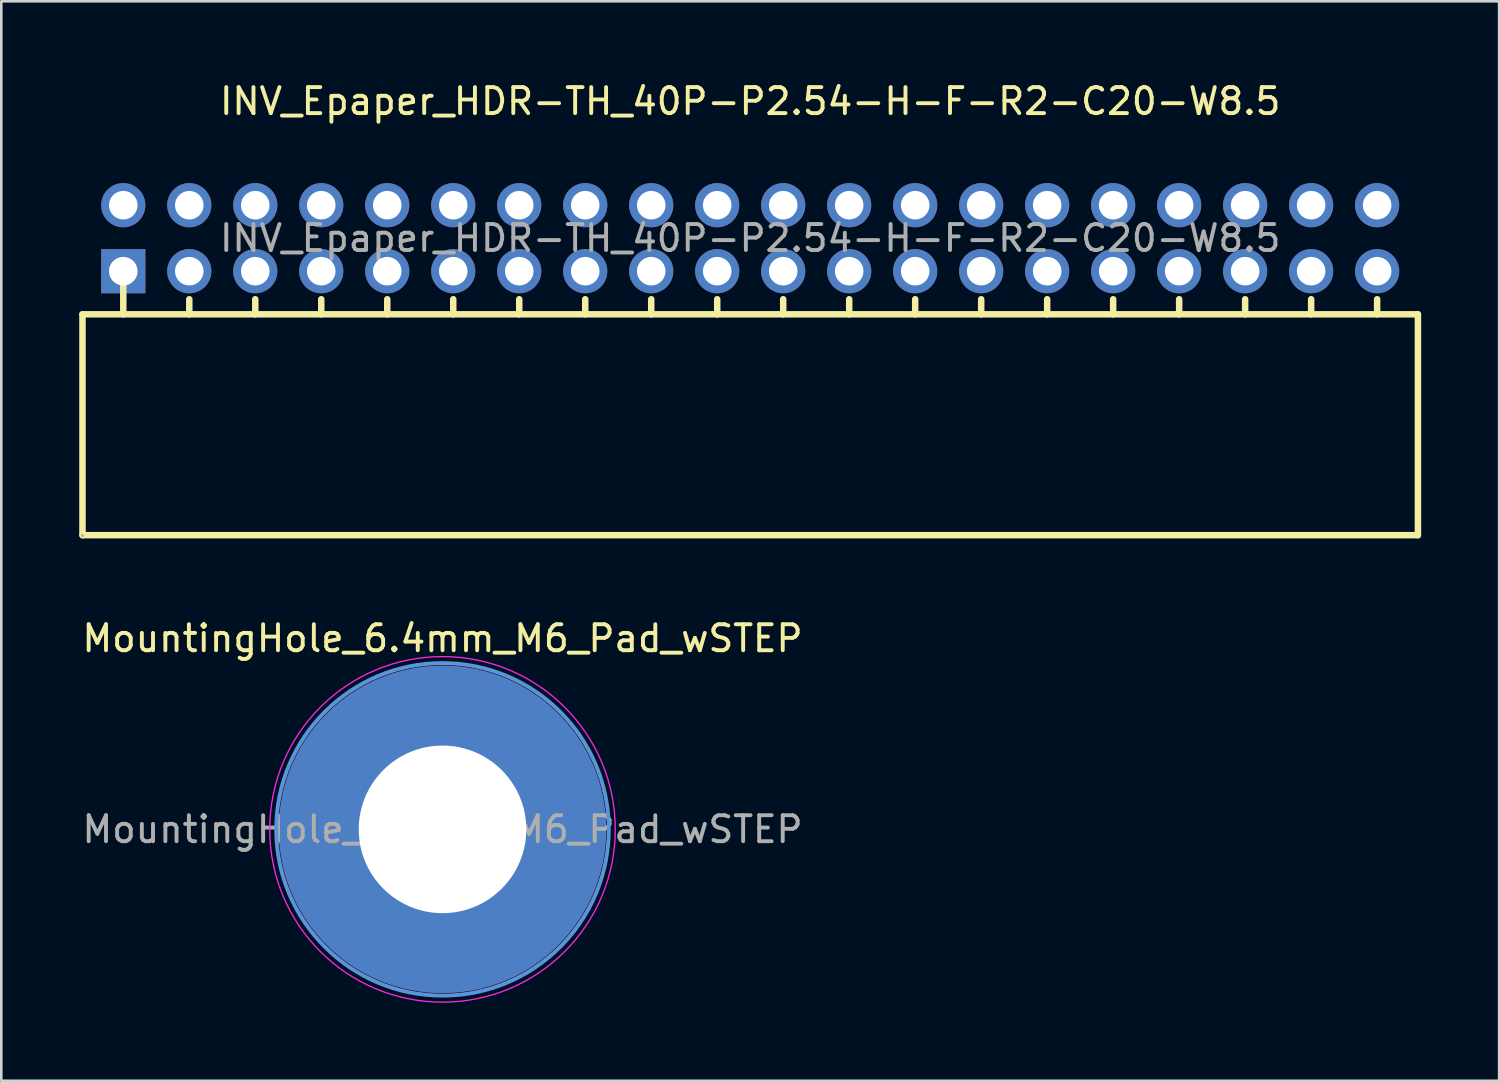
<source format=kicad_pcb>
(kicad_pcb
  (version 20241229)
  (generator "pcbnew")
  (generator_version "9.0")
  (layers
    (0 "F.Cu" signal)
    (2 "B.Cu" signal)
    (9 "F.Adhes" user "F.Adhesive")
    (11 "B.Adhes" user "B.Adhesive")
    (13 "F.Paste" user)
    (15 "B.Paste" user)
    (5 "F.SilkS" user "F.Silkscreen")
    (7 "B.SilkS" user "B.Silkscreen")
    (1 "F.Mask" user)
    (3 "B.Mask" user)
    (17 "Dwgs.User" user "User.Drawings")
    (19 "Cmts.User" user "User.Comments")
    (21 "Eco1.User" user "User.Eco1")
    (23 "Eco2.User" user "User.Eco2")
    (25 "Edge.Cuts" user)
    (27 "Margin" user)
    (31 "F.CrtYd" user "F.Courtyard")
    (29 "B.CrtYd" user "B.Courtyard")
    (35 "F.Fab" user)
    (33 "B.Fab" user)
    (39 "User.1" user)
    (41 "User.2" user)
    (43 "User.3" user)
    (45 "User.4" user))
  (footprint "INV_Epaper_HDR-TH_40P-P2.54-H-F-R2-C20-W8.5"
    (layer "F.Cu")
    (at 25.825 6.118)
    (property "Reference" "INV_Epaper_HDR-TH_40P-P2.54-H-F-R2-C20-W8.5" (at 0 -5.27 0) (layer "F.SilkS") (effects (font (size 1 1) (thickness 0.15))))
    (attr through_hole)
    (fp_line (start -25.7 2.93) (end 25.7 2.93) (stroke (width 0.25) (type solid)) (layer "F.SilkS"))
    (fp_line (start -25.7 11.43) (end -25.7 2.93) (stroke (width 0.25) (type solid)) (layer "F.SilkS"))
    (fp_line (start -25.7 11.43) (end 25.7 11.43) (stroke (width 0.25) (type solid)) (layer "F.SilkS"))
    (fp_line (start -24.13 1.4) (end -24.13 2.93) (stroke (width 0.25) (type solid)) (layer "F.SilkS"))
    (fp_line (start -21.59 2.35) (end -21.59 2.93) (stroke (width 0.25) (type solid)) (layer "F.SilkS"))
    (fp_line (start -19.05 2.35) (end -19.05 2.93) (stroke (width 0.25) (type solid)) (layer "F.SilkS"))
    (fp_line (start -16.51 2.35) (end -16.51 2.93) (stroke (width 0.25) (type solid)) (layer "F.SilkS"))
    (fp_line (start -13.97 2.35) (end -13.97 2.93) (stroke (width 0.25) (type solid)) (layer "F.SilkS"))
    (fp_line (start -11.43 2.35) (end -11.43 2.93) (stroke (width 0.25) (type solid)) (layer "F.SilkS"))
    (fp_line (start -8.89 2.35) (end -8.89 2.93) (stroke (width 0.25) (type solid)) (layer "F.SilkS"))
    (fp_line (start -6.35 2.35) (end -6.35 2.93) (stroke (width 0.25) (type solid)) (layer "F.SilkS"))
    (fp_line (start -3.81 2.35) (end -3.81 2.93) (stroke (width 0.25) (type solid)) (layer "F.SilkS"))
    (fp_line (start -1.27 2.35) (end -1.27 2.93) (stroke (width 0.25) (type solid)) (layer "F.SilkS"))
    (fp_line (start 1.27 2.35) (end 1.27 2.93) (stroke (width 0.25) (type solid)) (layer "F.SilkS"))
    (fp_line (start 3.81 2.35) (end 3.81 2.93) (stroke (width 0.25) (type solid)) (layer "F.SilkS"))
    (fp_line (start 6.35 2.35) (end 6.35 2.93) (stroke (width 0.25) (type solid)) (layer "F.SilkS"))
    (fp_line (start 8.89 2.35) (end 8.89 2.93) (stroke (width 0.25) (type solid)) (layer "F.SilkS"))
    (fp_line (start 11.43 2.35) (end 11.43 2.93) (stroke (width 0.25) (type solid)) (layer "F.SilkS"))
    (fp_line (start 13.97 2.35) (end 13.97 2.93) (stroke (width 0.25) (type solid)) (layer "F.SilkS"))
    (fp_line (start 16.51 2.35) (end 16.51 2.93) (stroke (width 0.25) (type solid)) (layer "F.SilkS"))
    (fp_line (start 19.05 2.35) (end 19.05 2.93) (stroke (width 0.25) (type solid)) (layer "F.SilkS"))
    (fp_line (start 21.59 2.35) (end 21.59 2.93) (stroke (width 0.25) (type solid)) (layer "F.SilkS"))
    (fp_line (start 24.13 2.35) (end 24.13 2.93) (stroke (width 0.25) (type solid)) (layer "F.SilkS"))
    (fp_line (start 25.7 11.43) (end 25.7 2.93) (stroke (width 0.25) (type solid)) (layer "F.SilkS"))
    (fp_circle (center -25.7 11.44) (end -25.67 11.44) (stroke (width 0.06) (type solid)) (fill no) (layer "F.Fab"))
    (fp_text user "${REFERENCE}" (at 0 0 0) (layer "F.Fab") (effects (font (size 1 1) (thickness 0.15))))
    (pad "1" thru_hole rect (at -24.13 1.27) (size 1.7 1.7) (drill 1.1) (layers "*.Cu" "*.Mask"))
    (pad "2" thru_hole circle (at -24.13 -1.27) (size 1.7 1.7) (drill 1.1) (layers "*.Cu" "*.Mask"))
    (pad "3" thru_hole circle (at -21.59 1.27) (size 1.7 1.7) (drill 1.1) (layers "*.Cu" "*.Mask"))
    (pad "4" thru_hole circle (at -21.59 -1.27) (size 1.7 1.7) (drill 1.1) (layers "*.Cu" "*.Mask"))
    (pad "5" thru_hole circle (at -19.05 1.27) (size 1.7 1.7) (drill 1.1) (layers "*.Cu" "*.Mask"))
    (pad "6" thru_hole circle (at -19.05 -1.27) (size 1.7 1.7) (drill 1.1) (layers "*.Cu" "*.Mask"))
    (pad "7" thru_hole circle (at -16.51 1.27) (size 1.7 1.7) (drill 1.1) (layers "*.Cu" "*.Mask"))
    (pad "8" thru_hole circle (at -16.51 -1.27) (size 1.7 1.7) (drill 1.1) (layers "*.Cu" "*.Mask"))
    (pad "9" thru_hole circle (at -13.97 1.27) (size 1.7 1.7) (drill 1.1) (layers "*.Cu" "*.Mask"))
    (pad "10" thru_hole circle (at -13.97 -1.27) (size 1.7 1.7) (drill 1.1) (layers "*.Cu" "*.Mask"))
    (pad "11" thru_hole circle (at -11.43 1.27) (size 1.7 1.7) (drill 1.1) (layers "*.Cu" "*.Mask"))
    (pad "12" thru_hole circle (at -11.43 -1.27) (size 1.7 1.7) (drill 1.1) (layers "*.Cu" "*.Mask"))
    (pad "13" thru_hole circle (at -8.89 1.27) (size 1.7 1.7) (drill 1.1) (layers "*.Cu" "*.Mask"))
    (pad "14" thru_hole circle (at -8.89 -1.27) (size 1.7 1.7) (drill 1.1) (layers "*.Cu" "*.Mask"))
    (pad "15" thru_hole circle (at -6.35 1.27) (size 1.7 1.7) (drill 1.1) (layers "*.Cu" "*.Mask"))
    (pad "16" thru_hole circle (at -6.35 -1.27) (size 1.7 1.7) (drill 1.1) (layers "*.Cu" "*.Mask"))
    (pad "17" thru_hole circle (at -3.81 1.27) (size 1.7 1.7) (drill 1.1) (layers "*.Cu" "*.Mask"))
    (pad "18" thru_hole circle (at -3.81 -1.27) (size 1.7 1.7) (drill 1.1) (layers "*.Cu" "*.Mask"))
    (pad "19" thru_hole circle (at -1.27 1.27) (size 1.7 1.7) (drill 1.1) (layers "*.Cu" "*.Mask"))
    (pad "20" thru_hole circle (at -1.27 -1.27) (size 1.7 1.7) (drill 1.1) (layers "*.Cu" "*.Mask"))
    (pad "21" thru_hole circle (at 1.27 1.27) (size 1.7 1.7) (drill 1.1) (layers "*.Cu" "*.Mask"))
    (pad "22" thru_hole circle (at 1.27 -1.27) (size 1.7 1.7) (drill 1.1) (layers "*.Cu" "*.Mask"))
    (pad "23" thru_hole circle (at 3.81 1.27) (size 1.7 1.7) (drill 1.1) (layers "*.Cu" "*.Mask"))
    (pad "24" thru_hole circle (at 3.81 -1.27) (size 1.7 1.7) (drill 1.1) (layers "*.Cu" "*.Mask"))
    (pad "25" thru_hole circle (at 6.35 1.27) (size 1.7 1.7) (drill 1.1) (layers "*.Cu" "*.Mask"))
    (pad "26" thru_hole circle (at 6.35 -1.27) (size 1.7 1.7) (drill 1.1) (layers "*.Cu" "*.Mask"))
    (pad "27" thru_hole circle (at 8.89 1.27) (size 1.7 1.7) (drill 1.1) (layers "*.Cu" "*.Mask"))
    (pad "28" thru_hole circle (at 8.89 -1.27) (size 1.7 1.7) (drill 1.1) (layers "*.Cu" "*.Mask"))
    (pad "29" thru_hole circle (at 11.43 1.27) (size 1.7 1.7) (drill 1.1) (layers "*.Cu" "*.Mask"))
    (pad "30" thru_hole circle (at 11.43 -1.27) (size 1.7 1.7) (drill 1.1) (layers "*.Cu" "*.Mask"))
    (pad "31" thru_hole circle (at 13.97 1.27) (size 1.7 1.7) (drill 1.1) (layers "*.Cu" "*.Mask"))
    (pad "32" thru_hole circle (at 13.97 -1.27) (size 1.7 1.7) (drill 1.1) (layers "*.Cu" "*.Mask"))
    (pad "33" thru_hole circle (at 16.51 1.27) (size 1.7 1.7) (drill 1.1) (layers "*.Cu" "*.Mask"))
    (pad "34" thru_hole circle (at 16.51 -1.27) (size 1.7 1.7) (drill 1.1) (layers "*.Cu" "*.Mask"))
    (pad "35" thru_hole circle (at 19.05 1.27) (size 1.7 1.7) (drill 1.1) (layers "*.Cu" "*.Mask"))
    (pad "36" thru_hole circle (at 19.05 -1.27) (size 1.7 1.7) (drill 1.1) (layers "*.Cu" "*.Mask"))
    (pad "37" thru_hole circle (at 21.59 1.27) (size 1.7 1.7) (drill 1.1) (layers "*.Cu" "*.Mask"))
    (pad "38" thru_hole circle (at 21.59 -1.27) (size 1.7 1.7) (drill 1.1) (layers "*.Cu" "*.Mask"))
    (pad "39" thru_hole circle (at 24.13 1.27) (size 1.7 1.7) (drill 1.1) (layers "*.Cu" "*.Mask"))
    (pad "40" thru_hole circle (at 24.13 -1.27) (size 1.7 1.7) (drill 1.1) (layers "*.Cu" "*.Mask")))
  (footprint "MountingHole_6.4mm_M6_Pad_wSTEP"
    (layer "F.Cu")
    (at 13.982 28.872)
    (property "Reference" "MountingHole_6.4mm_M6_Pad_wSTEP" (at 0 -7.35 0) (layer "F.SilkS") (effects (font (size 1 1) (thickness 0.15))))
    (attr exclude_from_pos_files exclude_from_bom)
    (fp_circle (center 0 0) (end 6.4 0) (stroke (width 0.15) (type solid)) (fill no) (layer "Cmts.User"))
    (fp_circle (center 0 0) (end 6.65 0) (stroke (width 0.05) (type solid)) (fill no) (layer "F.CrtYd"))
    (fp_text user "${REFERENCE}" (at 0 0 0) (layer "F.Fab") (effects (font (size 1 1) (thickness 0.15))))
    (pad "0" thru_hole circle (at 0 0) (size 12.6 12.6) (drill 6.45) (layers "*.Cu" "*.Mask" "B.Paste")))
  (gr_rect
    (start -3 -3)
    (end 54.65 38.547)
    (stroke (width 0.1) (type default))
    (fill no)
    (layer "Edge.Cuts")))
</source>
